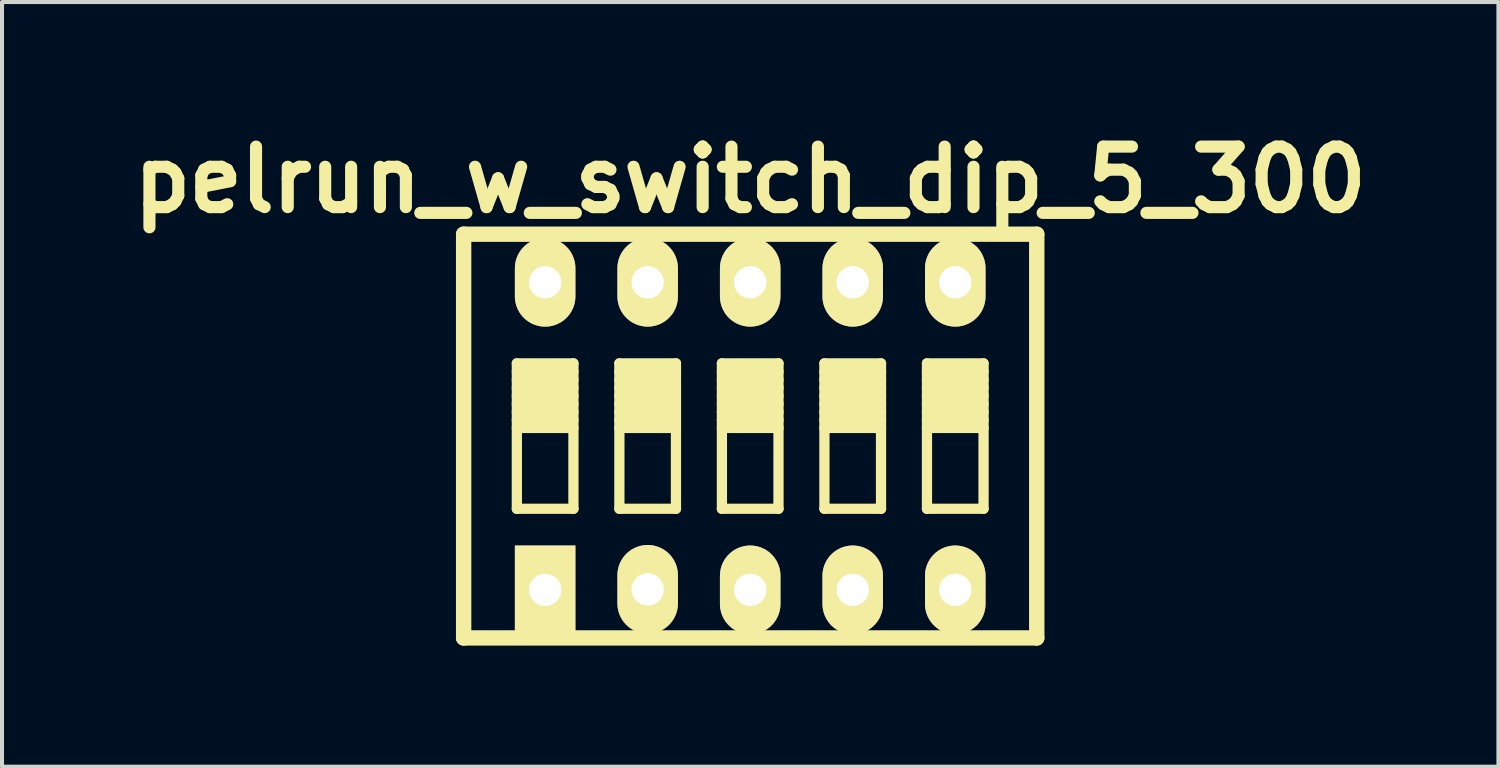
<source format=kicad_pcb>
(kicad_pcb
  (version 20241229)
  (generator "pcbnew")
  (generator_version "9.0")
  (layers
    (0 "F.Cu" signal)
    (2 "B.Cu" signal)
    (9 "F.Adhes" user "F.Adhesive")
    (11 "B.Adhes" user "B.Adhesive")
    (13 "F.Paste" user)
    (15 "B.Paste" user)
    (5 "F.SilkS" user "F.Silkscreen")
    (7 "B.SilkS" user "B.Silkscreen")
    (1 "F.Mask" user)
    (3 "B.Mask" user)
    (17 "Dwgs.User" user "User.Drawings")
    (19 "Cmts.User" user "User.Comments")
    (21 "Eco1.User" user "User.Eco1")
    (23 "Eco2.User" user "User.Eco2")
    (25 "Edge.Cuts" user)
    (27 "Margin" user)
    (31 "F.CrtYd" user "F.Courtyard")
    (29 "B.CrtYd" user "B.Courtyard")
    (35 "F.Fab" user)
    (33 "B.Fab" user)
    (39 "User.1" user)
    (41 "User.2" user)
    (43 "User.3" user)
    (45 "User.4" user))
  (footprint "pelrun_w_switch_dip_5_300"
    (layer "F.Cu")
    (at 15.535 7.753)
    (property "Reference" "pelrun_w_switch_dip_5_300" (at 0 -6.35 0) (layer "F.SilkS") (effects (font (size 1.499 1.499) (thickness 0.3))))
    (attr through_hole)
    (fp_line (start -7.099 5.001) (end -7.099 -5.001) (stroke (width 0.381) (type solid)) (layer "F.SilkS"))
    (fp_line (start -7.099 5.001) (end 7.099 5.001) (stroke (width 0.381) (type solid)) (layer "F.SilkS"))
    (fp_line (start -5.781 -1.801) (end -5.781 1.801) (stroke (width 0.254) (type solid)) (layer "F.SilkS"))
    (fp_line (start -5.781 -1.6) (end -4.379 -1.6) (stroke (width 0.254) (type solid)) (layer "F.SilkS"))
    (fp_line (start -5.781 -1.4) (end -4.379 -1.4) (stroke (width 0.254) (type solid)) (layer "F.SilkS"))
    (fp_line (start -5.781 -1.201) (end -4.379 -1.201) (stroke (width 0.254) (type solid)) (layer "F.SilkS"))
    (fp_line (start -5.781 -1.001) (end -4.379 -1.001) (stroke (width 0.254) (type solid)) (layer "F.SilkS"))
    (fp_line (start -5.781 -0.8) (end -4.379 -0.8) (stroke (width 0.254) (type solid)) (layer "F.SilkS"))
    (fp_line (start -5.781 -0.599) (end -4.379 -0.599) (stroke (width 0.254) (type solid)) (layer "F.SilkS"))
    (fp_line (start -5.781 -0.401) (end -4.379 -0.401) (stroke (width 0.254) (type solid)) (layer "F.SilkS"))
    (fp_line (start -5.781 -0.201) (end -4.379 -0.201) (stroke (width 0.254) (type solid)) (layer "F.SilkS"))
    (fp_line (start -5.781 1.801) (end -4.379 1.801) (stroke (width 0.254) (type solid)) (layer "F.SilkS"))
    (fp_line (start -4.379 -1.801) (end -5.781 -1.801) (stroke (width 0.254) (type solid)) (layer "F.SilkS"))
    (fp_line (start -4.379 1.801) (end -4.379 -1.801) (stroke (width 0.254) (type solid)) (layer "F.SilkS"))
    (fp_line (start -3.241 -1.801) (end -3.241 1.801) (stroke (width 0.254) (type solid)) (layer "F.SilkS"))
    (fp_line (start -3.241 -1.6) (end -1.839 -1.6) (stroke (width 0.254) (type solid)) (layer "F.SilkS"))
    (fp_line (start -3.241 -1.4) (end -1.839 -1.4) (stroke (width 0.254) (type solid)) (layer "F.SilkS"))
    (fp_line (start -3.241 -1.201) (end -1.839 -1.201) (stroke (width 0.254) (type solid)) (layer "F.SilkS"))
    (fp_line (start -3.241 -1.001) (end -1.839 -1.001) (stroke (width 0.254) (type solid)) (layer "F.SilkS"))
    (fp_line (start -3.241 -0.8) (end -1.839 -0.8) (stroke (width 0.254) (type solid)) (layer "F.SilkS"))
    (fp_line (start -3.241 -0.599) (end -1.839 -0.599) (stroke (width 0.254) (type solid)) (layer "F.SilkS"))
    (fp_line (start -3.241 -0.401) (end -1.839 -0.401) (stroke (width 0.254) (type solid)) (layer "F.SilkS"))
    (fp_line (start -3.241 -0.201) (end -1.839 -0.201) (stroke (width 0.254) (type solid)) (layer "F.SilkS"))
    (fp_line (start -3.241 1.801) (end -1.839 1.801) (stroke (width 0.254) (type solid)) (layer "F.SilkS"))
    (fp_line (start -1.839 -1.801) (end -3.241 -1.801) (stroke (width 0.254) (type solid)) (layer "F.SilkS"))
    (fp_line (start -1.839 1.801) (end -1.839 -1.801) (stroke (width 0.254) (type solid)) (layer "F.SilkS"))
    (fp_line (start -0.701 -1.801) (end -0.701 1.801) (stroke (width 0.254) (type solid)) (layer "F.SilkS"))
    (fp_line (start -0.701 -1.6) (end 0.701 -1.6) (stroke (width 0.254) (type solid)) (layer "F.SilkS"))
    (fp_line (start -0.701 -1.4) (end 0.701 -1.4) (stroke (width 0.254) (type solid)) (layer "F.SilkS"))
    (fp_line (start -0.701 -1.201) (end 0.701 -1.201) (stroke (width 0.254) (type solid)) (layer "F.SilkS"))
    (fp_line (start -0.701 -1.001) (end 0.701 -1.001) (stroke (width 0.254) (type solid)) (layer "F.SilkS"))
    (fp_line (start -0.701 -0.8) (end 0.701 -0.8) (stroke (width 0.254) (type solid)) (layer "F.SilkS"))
    (fp_line (start -0.701 -0.599) (end 0.701 -0.599) (stroke (width 0.254) (type solid)) (layer "F.SilkS"))
    (fp_line (start -0.701 -0.401) (end 0.701 -0.401) (stroke (width 0.254) (type solid)) (layer "F.SilkS"))
    (fp_line (start -0.701 -0.201) (end 0.701 -0.201) (stroke (width 0.254) (type solid)) (layer "F.SilkS"))
    (fp_line (start -0.701 1.801) (end 0.701 1.801) (stroke (width 0.254) (type solid)) (layer "F.SilkS"))
    (fp_line (start 0.701 -1.801) (end -0.701 -1.801) (stroke (width 0.254) (type solid)) (layer "F.SilkS"))
    (fp_line (start 0.701 1.801) (end 0.701 -1.801) (stroke (width 0.254) (type solid)) (layer "F.SilkS"))
    (fp_line (start 1.839 -1.801) (end 1.839 1.801) (stroke (width 0.254) (type solid)) (layer "F.SilkS"))
    (fp_line (start 1.839 -1.6) (end 3.241 -1.6) (stroke (width 0.254) (type solid)) (layer "F.SilkS"))
    (fp_line (start 1.839 -1.4) (end 3.241 -1.4) (stroke (width 0.254) (type solid)) (layer "F.SilkS"))
    (fp_line (start 1.839 -1.201) (end 3.241 -1.201) (stroke (width 0.254) (type solid)) (layer "F.SilkS"))
    (fp_line (start 1.839 -1.001) (end 3.241 -1.001) (stroke (width 0.254) (type solid)) (layer "F.SilkS"))
    (fp_line (start 1.839 -0.8) (end 3.241 -0.8) (stroke (width 0.254) (type solid)) (layer "F.SilkS"))
    (fp_line (start 1.839 -0.599) (end 3.241 -0.599) (stroke (width 0.254) (type solid)) (layer "F.SilkS"))
    (fp_line (start 1.839 -0.401) (end 3.241 -0.401) (stroke (width 0.254) (type solid)) (layer "F.SilkS"))
    (fp_line (start 1.839 -0.201) (end 3.241 -0.201) (stroke (width 0.254) (type solid)) (layer "F.SilkS"))
    (fp_line (start 1.839 1.801) (end 3.241 1.801) (stroke (width 0.254) (type solid)) (layer "F.SilkS"))
    (fp_line (start 3.241 -1.801) (end 1.839 -1.801) (stroke (width 0.254) (type solid)) (layer "F.SilkS"))
    (fp_line (start 3.241 1.801) (end 3.241 -1.801) (stroke (width 0.254) (type solid)) (layer "F.SilkS"))
    (fp_line (start 4.379 -1.801) (end 4.379 1.801) (stroke (width 0.254) (type solid)) (layer "F.SilkS"))
    (fp_line (start 4.379 -1.6) (end 5.781 -1.6) (stroke (width 0.254) (type solid)) (layer "F.SilkS"))
    (fp_line (start 4.379 -1.4) (end 5.781 -1.4) (stroke (width 0.254) (type solid)) (layer "F.SilkS"))
    (fp_line (start 4.379 -1.201) (end 5.781 -1.201) (stroke (width 0.254) (type solid)) (layer "F.SilkS"))
    (fp_line (start 4.379 -1.001) (end 5.781 -1.001) (stroke (width 0.254) (type solid)) (layer "F.SilkS"))
    (fp_line (start 4.379 -0.8) (end 5.781 -0.8) (stroke (width 0.254) (type solid)) (layer "F.SilkS"))
    (fp_line (start 4.379 -0.599) (end 5.781 -0.599) (stroke (width 0.254) (type solid)) (layer "F.SilkS"))
    (fp_line (start 4.379 -0.401) (end 5.781 -0.401) (stroke (width 0.254) (type solid)) (layer "F.SilkS"))
    (fp_line (start 4.379 -0.201) (end 5.781 -0.201) (stroke (width 0.254) (type solid)) (layer "F.SilkS"))
    (fp_line (start 4.379 1.801) (end 5.781 1.801) (stroke (width 0.254) (type solid)) (layer "F.SilkS"))
    (fp_line (start 5.781 -1.801) (end 4.379 -1.801) (stroke (width 0.254) (type solid)) (layer "F.SilkS"))
    (fp_line (start 5.781 1.801) (end 5.781 -1.801) (stroke (width 0.254) (type solid)) (layer "F.SilkS"))
    (fp_line (start 7.099 -5.001) (end -7.099 -5.001) (stroke (width 0.381) (type solid)) (layer "F.SilkS"))
    (fp_line (start 7.099 -4.999) (end 7.099 5.001) (stroke (width 0.381) (type solid)) (layer "F.SilkS"))
    (pad "1" thru_hole rect (at -5.08 3.81) (size 1.499 2.197) (drill 0.8) (layers "*.Cu" "*.Mask" "F.SilkS"))
    (pad "2" thru_hole oval (at -2.54 3.797) (size 1.499 2.197) (drill 0.8) (layers "*.Cu" "*.Mask" "F.SilkS"))
    (pad "3" thru_hole oval (at 0 3.81) (size 1.499 2.197) (drill 0.8) (layers "*.Cu" "*.Mask" "F.SilkS"))
    (pad "4" thru_hole oval (at 2.54 3.81) (size 1.499 2.197) (drill 0.8) (layers "*.Cu" "*.Mask" "F.SilkS"))
    (pad "5" thru_hole oval (at 5.08 3.81) (size 1.499 2.197) (drill 0.8) (layers "*.Cu" "*.Mask" "F.SilkS"))
    (pad "6" thru_hole oval (at 5.08 -3.81) (size 1.499 2.197) (drill 0.8) (layers "*.Cu" "*.Mask" "F.SilkS"))
    (pad "7" thru_hole oval (at 2.54 -3.81) (size 1.499 2.197) (drill 0.8) (layers "*.Cu" "*.Mask" "F.SilkS"))
    (pad "8" thru_hole oval (at 0 -3.81) (size 1.499 2.197) (drill 0.8) (layers "*.Cu" "*.Mask" "F.SilkS"))
    (pad "9" thru_hole oval (at -2.54 -3.81) (size 1.499 2.197) (drill 0.8) (layers "*.Cu" "*.Mask" "F.SilkS"))
    (pad "10" thru_hole oval (at -5.08 -3.81) (size 1.499 2.197) (drill 0.8) (layers "*.Cu" "*.Mask" "F.SilkS")))
  (gr_rect
    (start -3 -3)
    (end 34.071 15.944)
    (stroke (width 0.1) (type default))
    (fill no)
    (layer "Edge.Cuts")))
</source>
